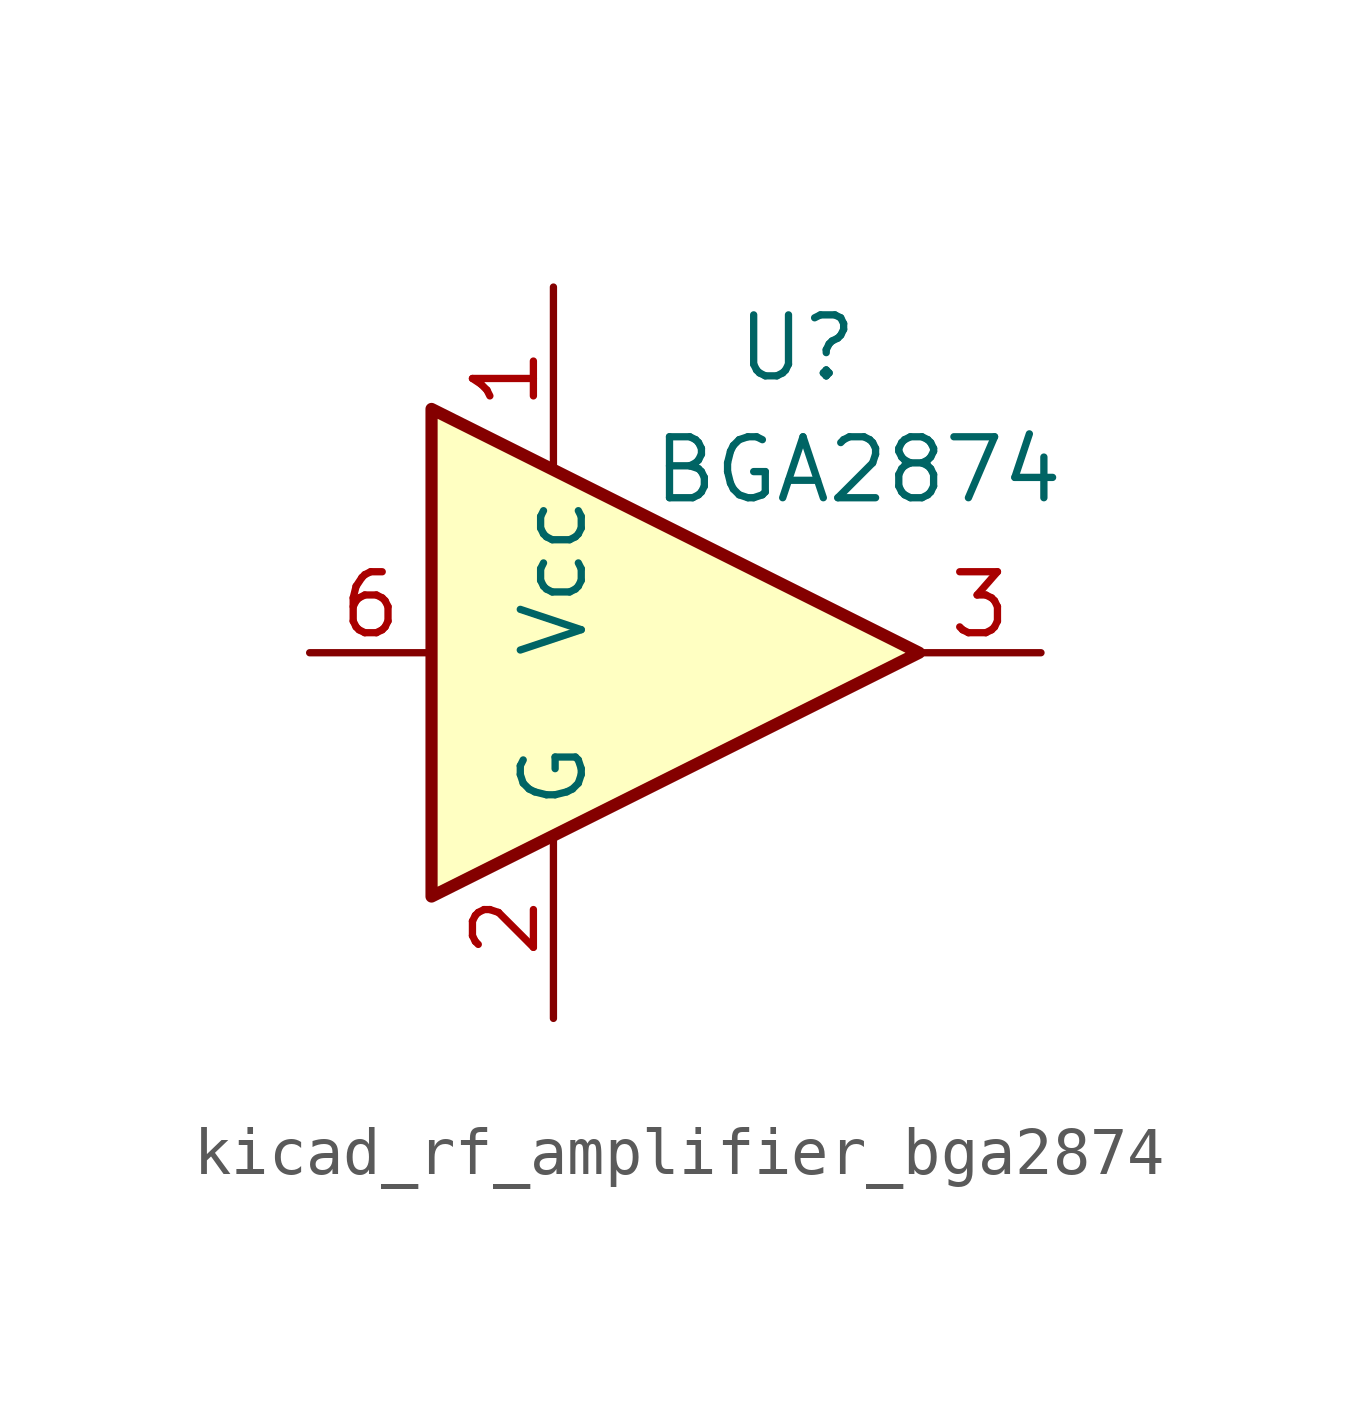
<source format=kicad_sym>
(kicad_symbol_lib
  (version 20220914)
  (generator kicad_symbol_editor)
  (symbol "kicad_rf_amplifier_bga2874"
    (property "Reference" "U"
      (at 2.54 6.35 0)
      (effects (font (size 1.27 1.27))))
    (property "Value" "BGA2874"
      (at 3.81 3.81 0)
      (effects (font (size 1.27 1.27))))
    (symbol "kicad_rf_amplifier_bga2874_0_1"
      (polyline (pts (xy 5.08 0) (xy -5.08 5.08) (xy -5.08 -5.08) (xy 5.08 0)) (stroke (width 0.254) (type default)) (fill (type background))))
    (symbol "kicad_rf_amplifier_bga2874_1_1"
      (pin power_in line (at -2.54 7.62 270) (length 3.81) (name "Vcc" (effects (font (size 1.27 1.27)))) (number "1" (effects (font (size 1.27 1.27)))))
      (pin power_in line (at -2.54 -7.62 90) (length 3.81) (name "G" (effects (font (size 1.27 1.27)))) (number "2" (effects (font (size 1.27 1.27)))))
      (pin output line (at 7.62 0 180) (length 2.54) (name "~" (effects (font (size 1.27 1.27)))) (number "3" (effects (font (size 1.27 1.27)))))
      (pin passive line (at -2.54 -7.62 90) (length 3.81) hide (name "G" (effects (font (size 1.27 1.27)))) (number "4" (effects (font (size 1.27 1.27)))))
      (pin passive line (at -2.54 -7.62 90) (length 3.81) hide (name "G" (effects (font (size 1.27 1.27)))) (number "5" (effects (font (size 1.27 1.27)))))
      (pin input line (at -7.62 0 0) (length 2.54) (name "~" (effects (font (size 1.27 1.27)))) (number "6" (effects (font (size 1.27 1.27))))))))
</source>
